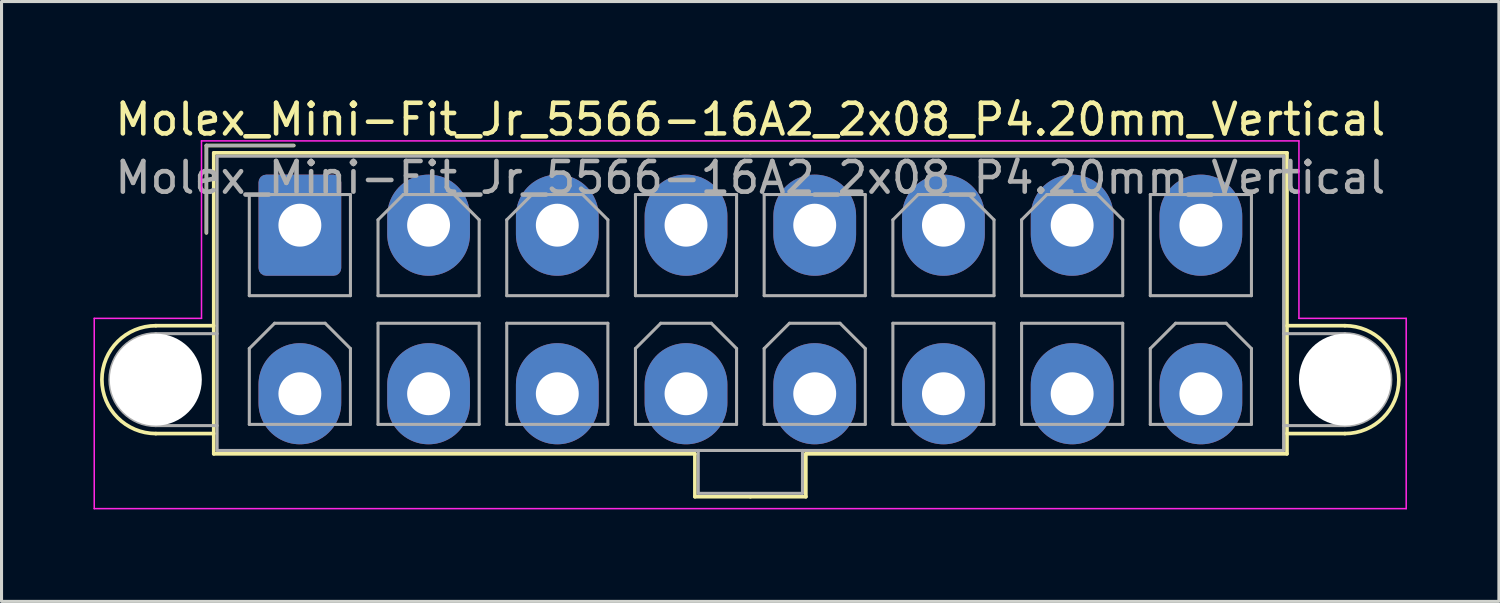
<source format=kicad_pcb>
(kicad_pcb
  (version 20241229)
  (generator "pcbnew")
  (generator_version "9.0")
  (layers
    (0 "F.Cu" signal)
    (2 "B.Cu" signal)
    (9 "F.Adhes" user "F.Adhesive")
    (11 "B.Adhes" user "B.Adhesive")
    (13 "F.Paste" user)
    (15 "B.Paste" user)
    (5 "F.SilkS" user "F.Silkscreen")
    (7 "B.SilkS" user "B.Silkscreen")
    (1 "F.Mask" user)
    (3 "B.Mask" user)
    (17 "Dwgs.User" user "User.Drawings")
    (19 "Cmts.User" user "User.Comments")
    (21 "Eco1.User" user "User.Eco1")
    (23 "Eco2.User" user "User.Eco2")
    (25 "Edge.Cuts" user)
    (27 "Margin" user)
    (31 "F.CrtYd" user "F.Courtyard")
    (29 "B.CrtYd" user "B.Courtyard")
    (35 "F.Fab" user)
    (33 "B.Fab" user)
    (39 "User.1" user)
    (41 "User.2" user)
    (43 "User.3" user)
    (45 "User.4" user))
  (footprint "Molex_Mini-Fit_Jr_5566-16A2_2x08_P4.20mm_Vertical"
    (layer "F.Cu")
    (at 6.735 4.298)
    (property "Reference" "Molex_Mini-Fit_Jr_5566-16A2_2x08_P4.20mm_Vertical" (at 14.7 -3.45 0) (layer "F.SilkS") (effects (font (size 1 1) (thickness 0.15))))
    (attr through_hole)
    (fp_line (start -4.7 3.28) (end -2.81 3.28) (stroke (width 0.12) (type solid)) (layer "F.SilkS"))
    (fp_line (start -4.7 6.8) (end -2.81 6.8) (stroke (width 0.12) (type solid)) (layer "F.SilkS"))
    (fp_line (start -3.05 -2.6) (end -3.05 0.25) (stroke (width 0.12) (type solid)) (layer "F.SilkS"))
    (fp_line (start -2.81 -2.36) (end -2.81 7.46) (stroke (width 0.12) (type solid)) (layer "F.SilkS"))
    (fp_line (start -2.81 7.46) (end 12.89 7.46) (stroke (width 0.12) (type solid)) (layer "F.SilkS"))
    (fp_line (start -0.2 -2.6) (end -3.05 -2.6) (stroke (width 0.12) (type solid)) (layer "F.SilkS"))
    (fp_line (start 12.89 7.46) (end 12.89 8.86) (stroke (width 0.12) (type solid)) (layer "F.SilkS"))
    (fp_line (start 12.89 8.86) (end 14.7 8.86) (stroke (width 0.12) (type solid)) (layer "F.SilkS"))
    (fp_line (start 14.7 -2.36) (end -2.81 -2.36) (stroke (width 0.12) (type solid)) (layer "F.SilkS"))
    (fp_line (start 14.7 -2.36) (end 32.21 -2.36) (stroke (width 0.12) (type solid)) (layer "F.SilkS"))
    (fp_line (start 16.51 7.46) (end 16.51 8.86) (stroke (width 0.12) (type solid)) (layer "F.SilkS"))
    (fp_line (start 16.51 8.86) (end 14.7 8.86) (stroke (width 0.12) (type solid)) (layer "F.SilkS"))
    (fp_line (start 32.21 -2.36) (end 32.21 7.46) (stroke (width 0.12) (type solid)) (layer "F.SilkS"))
    (fp_line (start 32.21 7.46) (end 16.51 7.46) (stroke (width 0.12) (type solid)) (layer "F.SilkS"))
    (fp_line (start 34.1 3.28) (end 32.21 3.28) (stroke (width 0.12) (type solid)) (layer "F.SilkS"))
    (fp_line (start 34.1 6.8) (end 32.21 6.8) (stroke (width 0.12) (type solid)) (layer "F.SilkS"))
    (fp_arc (start -4.7 6.8) (mid -6.46 5.04) (end -4.7 3.28) (stroke (width 0.12) (type solid)) (layer "F.SilkS"))
    (fp_arc (start 34.1 3.28) (mid 35.86 5.04) (end 34.1 6.8) (stroke (width 0.12) (type solid)) (layer "F.SilkS"))
    (fp_line (start -6.71 3.04) (end -6.71 9.25) (stroke (width 0.05) (type solid)) (layer "F.CrtYd"))
    (fp_line (start -6.71 9.25) (end 36.1 9.25) (stroke (width 0.05) (type solid)) (layer "F.CrtYd"))
    (fp_line (start -3.21 -2.75) (end -3.21 3.04) (stroke (width 0.05) (type solid)) (layer "F.CrtYd"))
    (fp_line (start -3.21 3.04) (end -6.71 3.04) (stroke (width 0.05) (type solid)) (layer "F.CrtYd"))
    (fp_line (start 32.6 -2.75) (end -3.21 -2.75) (stroke (width 0.05) (type solid)) (layer "F.CrtYd"))
    (fp_line (start 32.6 3.04) (end 32.6 -2.75) (stroke (width 0.05) (type solid)) (layer "F.CrtYd"))
    (fp_line (start 36.1 3.04) (end 32.6 3.04) (stroke (width 0.05) (type solid)) (layer "F.CrtYd"))
    (fp_line (start 36.1 9.25) (end 36.1 3.04) (stroke (width 0.05) (type solid)) (layer "F.CrtYd"))
    (fp_line (start -4.7 3.54) (end -2.7 3.54) (stroke (width 0.1) (type solid)) (layer "F.Fab"))
    (fp_line (start -4.7 6.54) (end -2.7 6.54) (stroke (width 0.1) (type solid)) (layer "F.Fab"))
    (fp_line (start -3.05 -2.6) (end -3.05 0.25) (stroke (width 0.1) (type solid)) (layer "F.Fab"))
    (fp_line (start -2.7 -2.25) (end -2.7 7.35) (stroke (width 0.1) (type solid)) (layer "F.Fab"))
    (fp_line (start -2.7 7.35) (end 32.1 7.35) (stroke (width 0.1) (type solid)) (layer "F.Fab"))
    (fp_line (start -1.65 -1) (end -1.65 2.3) (stroke (width 0.1) (type solid)) (layer "F.Fab"))
    (fp_line (start -1.65 2.3) (end 1.65 2.3) (stroke (width 0.1) (type solid)) (layer "F.Fab"))
    (fp_line (start -1.65 4.025) (end -0.825 3.2) (stroke (width 0.1) (type solid)) (layer "F.Fab"))
    (fp_line (start -1.65 6.5) (end -1.65 4.025) (stroke (width 0.1) (type solid)) (layer "F.Fab"))
    (fp_line (start -0.825 3.2) (end 0.825 3.2) (stroke (width 0.1) (type solid)) (layer "F.Fab"))
    (fp_line (start -0.2 -2.6) (end -3.05 -2.6) (stroke (width 0.1) (type solid)) (layer "F.Fab"))
    (fp_line (start 0.825 3.2) (end 1.65 4.025) (stroke (width 0.1) (type solid)) (layer "F.Fab"))
    (fp_line (start 1.65 -1) (end -1.65 -1) (stroke (width 0.1) (type solid)) (layer "F.Fab"))
    (fp_line (start 1.65 2.3) (end 1.65 -1) (stroke (width 0.1) (type solid)) (layer "F.Fab"))
    (fp_line (start 1.65 4.025) (end 1.65 6.5) (stroke (width 0.1) (type solid)) (layer "F.Fab"))
    (fp_line (start 1.65 6.5) (end -1.65 6.5) (stroke (width 0.1) (type solid)) (layer "F.Fab"))
    (fp_line (start 2.55 -0.175) (end 3.375 -1) (stroke (width 0.1) (type solid)) (layer "F.Fab"))
    (fp_line (start 2.55 2.3) (end 2.55 -0.175) (stroke (width 0.1) (type solid)) (layer "F.Fab"))
    (fp_line (start 2.55 3.2) (end 2.55 6.5) (stroke (width 0.1) (type solid)) (layer "F.Fab"))
    (fp_line (start 2.55 6.5) (end 5.85 6.5) (stroke (width 0.1) (type solid)) (layer "F.Fab"))
    (fp_line (start 3.375 -1) (end 5.025 -1) (stroke (width 0.1) (type solid)) (layer "F.Fab"))
    (fp_line (start 5.025 -1) (end 5.85 -0.175) (stroke (width 0.1) (type solid)) (layer "F.Fab"))
    (fp_line (start 5.85 -0.175) (end 5.85 2.3) (stroke (width 0.1) (type solid)) (layer "F.Fab"))
    (fp_line (start 5.85 2.3) (end 2.55 2.3) (stroke (width 0.1) (type solid)) (layer "F.Fab"))
    (fp_line (start 5.85 3.2) (end 2.55 3.2) (stroke (width 0.1) (type solid)) (layer "F.Fab"))
    (fp_line (start 5.85 6.5) (end 5.85 3.2) (stroke (width 0.1) (type solid)) (layer "F.Fab"))
    (fp_line (start 6.75 -0.175) (end 7.575 -1) (stroke (width 0.1) (type solid)) (layer "F.Fab"))
    (fp_line (start 6.75 2.3) (end 6.75 -0.175) (stroke (width 0.1) (type solid)) (layer "F.Fab"))
    (fp_line (start 6.75 3.2) (end 6.75 6.5) (stroke (width 0.1) (type solid)) (layer "F.Fab"))
    (fp_line (start 6.75 6.5) (end 10.05 6.5) (stroke (width 0.1) (type solid)) (layer "F.Fab"))
    (fp_line (start 7.575 -1) (end 9.225 -1) (stroke (width 0.1) (type solid)) (layer "F.Fab"))
    (fp_line (start 9.225 -1) (end 10.05 -0.175) (stroke (width 0.1) (type solid)) (layer "F.Fab"))
    (fp_line (start 10.05 -0.175) (end 10.05 2.3) (stroke (width 0.1) (type solid)) (layer "F.Fab"))
    (fp_line (start 10.05 2.3) (end 6.75 2.3) (stroke (width 0.1) (type solid)) (layer "F.Fab"))
    (fp_line (start 10.05 3.2) (end 6.75 3.2) (stroke (width 0.1) (type solid)) (layer "F.Fab"))
    (fp_line (start 10.05 6.5) (end 10.05 3.2) (stroke (width 0.1) (type solid)) (layer "F.Fab"))
    (fp_line (start 10.95 -1) (end 10.95 2.3) (stroke (width 0.1) (type solid)) (layer "F.Fab"))
    (fp_line (start 10.95 2.3) (end 14.25 2.3) (stroke (width 0.1) (type solid)) (layer "F.Fab"))
    (fp_line (start 10.95 4.025) (end 11.775 3.2) (stroke (width 0.1) (type solid)) (layer "F.Fab"))
    (fp_line (start 10.95 6.5) (end 10.95 4.025) (stroke (width 0.1) (type solid)) (layer "F.Fab"))
    (fp_line (start 11.775 3.2) (end 13.425 3.2) (stroke (width 0.1) (type solid)) (layer "F.Fab"))
    (fp_line (start 13 7.35) (end 13 8.75) (stroke (width 0.1) (type solid)) (layer "F.Fab"))
    (fp_line (start 13 8.75) (end 16.4 8.75) (stroke (width 0.1) (type solid)) (layer "F.Fab"))
    (fp_line (start 13.425 3.2) (end 14.25 4.025) (stroke (width 0.1) (type solid)) (layer "F.Fab"))
    (fp_line (start 14.25 -1) (end 10.95 -1) (stroke (width 0.1) (type solid)) (layer "F.Fab"))
    (fp_line (start 14.25 2.3) (end 14.25 -1) (stroke (width 0.1) (type solid)) (layer "F.Fab"))
    (fp_line (start 14.25 4.025) (end 14.25 6.5) (stroke (width 0.1) (type solid)) (layer "F.Fab"))
    (fp_line (start 14.25 6.5) (end 10.95 6.5) (stroke (width 0.1) (type solid)) (layer "F.Fab"))
    (fp_line (start 15.15 -1) (end 15.15 2.3) (stroke (width 0.1) (type solid)) (layer "F.Fab"))
    (fp_line (start 15.15 2.3) (end 18.45 2.3) (stroke (width 0.1) (type solid)) (layer "F.Fab"))
    (fp_line (start 15.15 4.025) (end 15.975 3.2) (stroke (width 0.1) (type solid)) (layer "F.Fab"))
    (fp_line (start 15.15 6.5) (end 15.15 4.025) (stroke (width 0.1) (type solid)) (layer "F.Fab"))
    (fp_line (start 15.975 3.2) (end 17.625 3.2) (stroke (width 0.1) (type solid)) (layer "F.Fab"))
    (fp_line (start 16.4 8.75) (end 16.4 7.35) (stroke (width 0.1) (type solid)) (layer "F.Fab"))
    (fp_line (start 17.625 3.2) (end 18.45 4.025) (stroke (width 0.1) (type solid)) (layer "F.Fab"))
    (fp_line (start 18.45 -1) (end 15.15 -1) (stroke (width 0.1) (type solid)) (layer "F.Fab"))
    (fp_line (start 18.45 2.3) (end 18.45 -1) (stroke (width 0.1) (type solid)) (layer "F.Fab"))
    (fp_line (start 18.45 4.025) (end 18.45 6.5) (stroke (width 0.1) (type solid)) (layer "F.Fab"))
    (fp_line (start 18.45 6.5) (end 15.15 6.5) (stroke (width 0.1) (type solid)) (layer "F.Fab"))
    (fp_line (start 19.35 -0.175) (end 20.175 -1) (stroke (width 0.1) (type solid)) (layer "F.Fab"))
    (fp_line (start 19.35 2.3) (end 19.35 -0.175) (stroke (width 0.1) (type solid)) (layer "F.Fab"))
    (fp_line (start 19.35 3.2) (end 19.35 6.5) (stroke (width 0.1) (type solid)) (layer "F.Fab"))
    (fp_line (start 19.35 6.5) (end 22.65 6.5) (stroke (width 0.1) (type solid)) (layer "F.Fab"))
    (fp_line (start 20.175 -1) (end 21.825 -1) (stroke (width 0.1) (type solid)) (layer "F.Fab"))
    (fp_line (start 21.825 -1) (end 22.65 -0.175) (stroke (width 0.1) (type solid)) (layer "F.Fab"))
    (fp_line (start 22.65 -0.175) (end 22.65 2.3) (stroke (width 0.1) (type solid)) (layer "F.Fab"))
    (fp_line (start 22.65 2.3) (end 19.35 2.3) (stroke (width 0.1) (type solid)) (layer "F.Fab"))
    (fp_line (start 22.65 3.2) (end 19.35 3.2) (stroke (width 0.1) (type solid)) (layer "F.Fab"))
    (fp_line (start 22.65 6.5) (end 22.65 3.2) (stroke (width 0.1) (type solid)) (layer "F.Fab"))
    (fp_line (start 23.55 -0.175) (end 24.375 -1) (stroke (width 0.1) (type solid)) (layer "F.Fab"))
    (fp_line (start 23.55 2.3) (end 23.55 -0.175) (stroke (width 0.1) (type solid)) (layer "F.Fab"))
    (fp_line (start 23.55 3.2) (end 23.55 6.5) (stroke (width 0.1) (type solid)) (layer "F.Fab"))
    (fp_line (start 23.55 6.5) (end 26.85 6.5) (stroke (width 0.1) (type solid)) (layer "F.Fab"))
    (fp_line (start 24.375 -1) (end 26.025 -1) (stroke (width 0.1) (type solid)) (layer "F.Fab"))
    (fp_line (start 26.025 -1) (end 26.85 -0.175) (stroke (width 0.1) (type solid)) (layer "F.Fab"))
    (fp_line (start 26.85 -0.175) (end 26.85 2.3) (stroke (width 0.1) (type solid)) (layer "F.Fab"))
    (fp_line (start 26.85 2.3) (end 23.55 2.3) (stroke (width 0.1) (type solid)) (layer "F.Fab"))
    (fp_line (start 26.85 3.2) (end 23.55 3.2) (stroke (width 0.1) (type solid)) (layer "F.Fab"))
    (fp_line (start 26.85 6.5) (end 26.85 3.2) (stroke (width 0.1) (type solid)) (layer "F.Fab"))
    (fp_line (start 27.75 -1) (end 27.75 2.3) (stroke (width 0.1) (type solid)) (layer "F.Fab"))
    (fp_line (start 27.75 2.3) (end 31.05 2.3) (stroke (width 0.1) (type solid)) (layer "F.Fab"))
    (fp_line (start 27.75 4.025) (end 28.575 3.2) (stroke (width 0.1) (type solid)) (layer "F.Fab"))
    (fp_line (start 27.75 6.5) (end 27.75 4.025) (stroke (width 0.1) (type solid)) (layer "F.Fab"))
    (fp_line (start 28.575 3.2) (end 30.225 3.2) (stroke (width 0.1) (type solid)) (layer "F.Fab"))
    (fp_line (start 30.225 3.2) (end 31.05 4.025) (stroke (width 0.1) (type solid)) (layer "F.Fab"))
    (fp_line (start 31.05 -1) (end 27.75 -1) (stroke (width 0.1) (type solid)) (layer "F.Fab"))
    (fp_line (start 31.05 2.3) (end 31.05 -1) (stroke (width 0.1) (type solid)) (layer "F.Fab"))
    (fp_line (start 31.05 4.025) (end 31.05 6.5) (stroke (width 0.1) (type solid)) (layer "F.Fab"))
    (fp_line (start 31.05 6.5) (end 27.75 6.5) (stroke (width 0.1) (type solid)) (layer "F.Fab"))
    (fp_line (start 32.1 -2.25) (end -2.7 -2.25) (stroke (width 0.1) (type solid)) (layer "F.Fab"))
    (fp_line (start 32.1 7.35) (end 32.1 -2.25) (stroke (width 0.1) (type solid)) (layer "F.Fab"))
    (fp_line (start 34.1 3.54) (end 32.1 3.54) (stroke (width 0.1) (type solid)) (layer "F.Fab"))
    (fp_line (start 34.1 6.54) (end 32.1 6.54) (stroke (width 0.1) (type solid)) (layer "F.Fab"))
    (fp_arc (start -4.7 6.54) (mid -6.2 5.04) (end -4.7 3.54) (stroke (width 0.1) (type solid)) (layer "F.Fab"))
    (fp_arc (start 34.1 3.54) (mid 35.6 5.04) (end 34.1 6.54) (stroke (width 0.1) (type solid)) (layer "F.Fab"))
    (fp_text user "${REFERENCE}" (at 14.7 -1.55 0) (layer "F.Fab") (effects (font (size 1 1) (thickness 0.15))))
    (pad "" np_thru_hole circle (at -4.7 5.04) (size 3 3) (drill 3) (layers "*.Cu" "*.Mask"))
    (pad "" np_thru_hole circle (at 34.1 5.04) (size 3 3) (drill 3) (layers "*.Cu" "*.Mask"))
    (pad "1" thru_hole roundrect (at 0 0) (size 2.7 3.3) (drill 1.4) (layers "*.Cu" "*.Mask") (roundrect_rratio 0.093))
    (pad "2" thru_hole oval (at 4.2 0) (size 2.7 3.3) (drill 1.4) (layers "*.Cu" "*.Mask"))
    (pad "3" thru_hole oval (at 8.4 0) (size 2.7 3.3) (drill 1.4) (layers "*.Cu" "*.Mask"))
    (pad "4" thru_hole oval (at 12.6 0) (size 2.7 3.3) (drill 1.4) (layers "*.Cu" "*.Mask"))
    (pad "5" thru_hole oval (at 16.8 0) (size 2.7 3.3) (drill 1.4) (layers "*.Cu" "*.Mask"))
    (pad "6" thru_hole oval (at 21 0) (size 2.7 3.3) (drill 1.4) (layers "*.Cu" "*.Mask"))
    (pad "7" thru_hole oval (at 25.2 0) (size 2.7 3.3) (drill 1.4) (layers "*.Cu" "*.Mask"))
    (pad "8" thru_hole oval (at 29.4 0) (size 2.7 3.3) (drill 1.4) (layers "*.Cu" "*.Mask"))
    (pad "9" thru_hole oval (at 0 5.5) (size 2.7 3.3) (drill 1.4) (layers "*.Cu" "*.Mask"))
    (pad "10" thru_hole oval (at 4.2 5.5) (size 2.7 3.3) (drill 1.4) (layers "*.Cu" "*.Mask"))
    (pad "11" thru_hole oval (at 8.4 5.5) (size 2.7 3.3) (drill 1.4) (layers "*.Cu" "*.Mask"))
    (pad "12" thru_hole oval (at 12.6 5.5) (size 2.7 3.3) (drill 1.4) (layers "*.Cu" "*.Mask"))
    (pad "13" thru_hole oval (at 16.8 5.5) (size 2.7 3.3) (drill 1.4) (layers "*.Cu" "*.Mask"))
    (pad "14" thru_hole oval (at 21 5.5) (size 2.7 3.3) (drill 1.4) (layers "*.Cu" "*.Mask"))
    (pad "15" thru_hole oval (at 25.2 5.5) (size 2.7 3.3) (drill 1.4) (layers "*.Cu" "*.Mask"))
    (pad "16" thru_hole oval (at 29.4 5.5) (size 2.7 3.3) (drill 1.4) (layers "*.Cu" "*.Mask")))
  (gr_rect
    (start -3 -3)
    (end 45.86 16.573)
    (stroke (width 0.1) (type default))
    (fill no)
    (layer "Edge.Cuts")))
</source>
